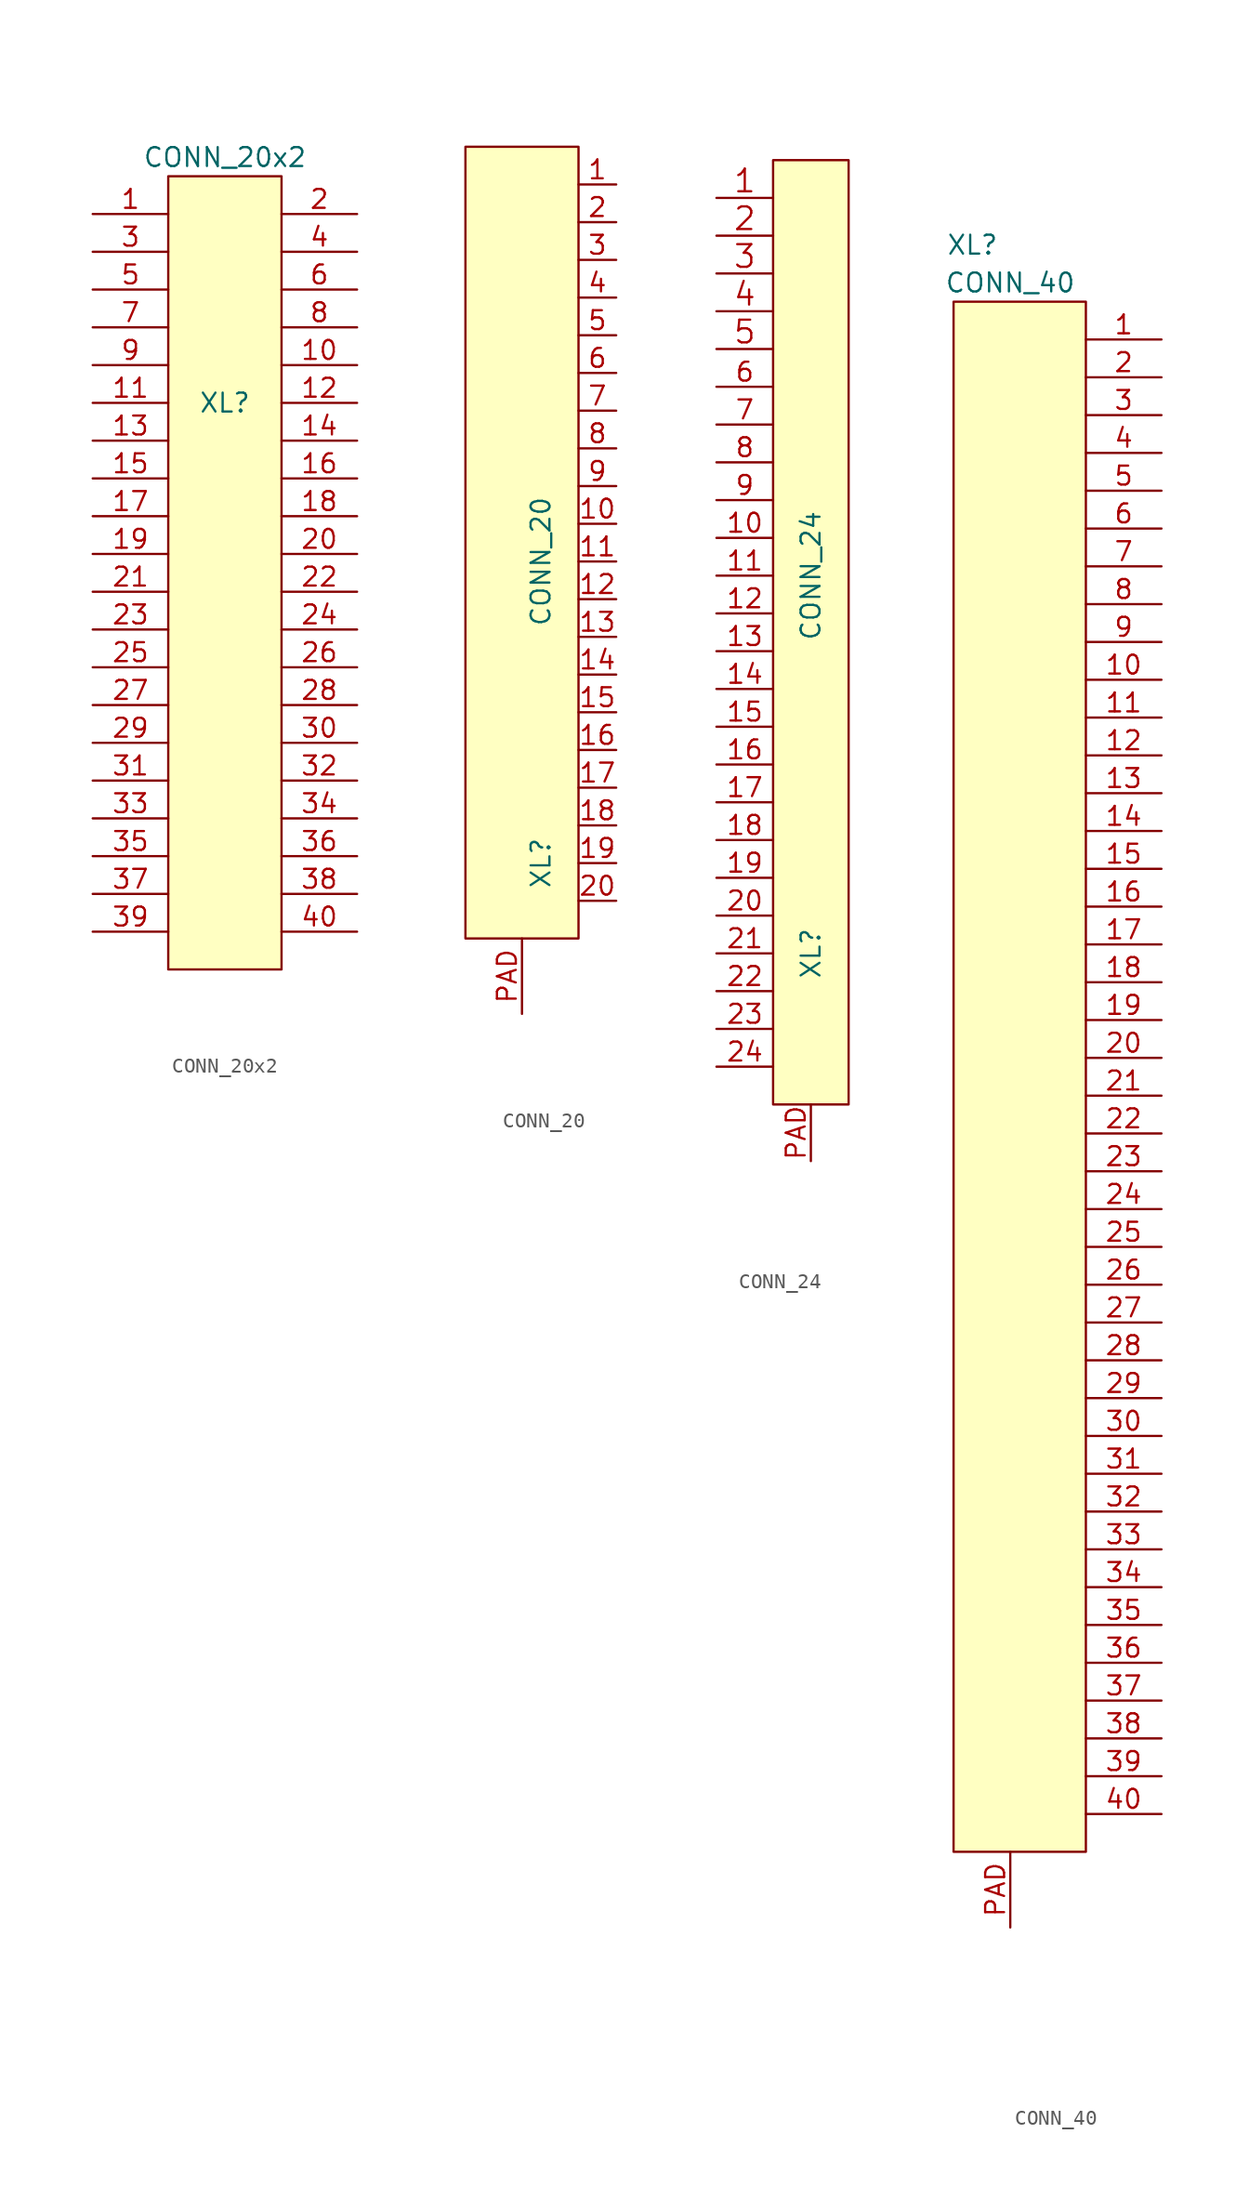
<source format=kicad_sym>
(kicad_symbol_lib
  (version 20201005)
  (generator kicad_symbol_editor)
  (symbol "Connectors_kl:CONN_20x2"
    (pin_names
      (offset 1.016))
    (property "Reference" "XL"
      (at 0 10.16 0)
      (effects (font (size 1.27 1.27))))
    (property "Value" "CONN_20x2"
      (at 0 26.67 0)
      (effects (font (size 1.27 1.27))))
    (symbol "CONN_20x2_0_0"
      (pin passive line (at 8.89 12.7 180) (length 5.08) (name "~" (effects (font (size 1.27 1.27)))) (number "10" (effects (font (size 1.27 1.27)))))
      (pin passive line (at -8.89 10.16 0) (length 5.08) (name "~" (effects (font (size 1.27 1.27)))) (number "11" (effects (font (size 1.27 1.27)))))
      (pin passive line (at 8.89 10.16 180) (length 5.08) (name "~" (effects (font (size 1.27 1.27)))) (number "12" (effects (font (size 1.27 1.27)))))
      (pin passive line (at -8.89 7.62 0) (length 5.08) (name "~" (effects (font (size 1.27 1.27)))) (number "13" (effects (font (size 1.27 1.27)))))
      (pin passive line (at 8.89 7.62 180) (length 5.08) (name "~" (effects (font (size 1.27 1.27)))) (number "14" (effects (font (size 1.27 1.27)))))
      (pin passive line (at -8.89 5.08 0) (length 5.08) (name "~" (effects (font (size 1.27 1.27)))) (number "15" (effects (font (size 1.27 1.27)))))
      (pin passive line (at 8.89 5.08 180) (length 5.08) (name "~" (effects (font (size 1.27 1.27)))) (number "16" (effects (font (size 1.27 1.27)))))
      (pin passive line (at -8.89 2.54 0) (length 5.08) (name "~" (effects (font (size 1.27 1.27)))) (number "17" (effects (font (size 1.27 1.27)))))
      (pin passive line (at 8.89 2.54 180) (length 5.08) (name "~" (effects (font (size 1.27 1.27)))) (number "18" (effects (font (size 1.27 1.27)))))
      (pin passive line (at -8.89 0 0) (length 5.08) (name "~" (effects (font (size 1.27 1.27)))) (number "19" (effects (font (size 1.27 1.27)))))
      (pin passive line (at 8.89 22.86 180) (length 5.08) (name "~" (effects (font (size 1.27 1.27)))) (number "2" (effects (font (size 1.27 1.27)))))
      (pin passive line (at 8.89 0 180) (length 5.08) (name "~" (effects (font (size 1.27 1.27)))) (number "20" (effects (font (size 1.27 1.27)))))
      (pin passive line (at -8.89 -2.54 0) (length 5.08) (name "~" (effects (font (size 1.27 1.27)))) (number "21" (effects (font (size 1.27 1.27)))))
      (pin passive line (at 8.89 -2.54 180) (length 5.08) (name "~" (effects (font (size 1.27 1.27)))) (number "22" (effects (font (size 1.27 1.27)))))
      (pin passive line (at -8.89 -5.08 0) (length 5.08) (name "~" (effects (font (size 1.27 1.27)))) (number "23" (effects (font (size 1.27 1.27)))))
      (pin passive line (at 8.89 -5.08 180) (length 5.08) (name "~" (effects (font (size 1.27 1.27)))) (number "24" (effects (font (size 1.27 1.27)))))
      (pin passive line (at -8.89 -7.62 0) (length 5.08) (name "~" (effects (font (size 1.27 1.27)))) (number "25" (effects (font (size 1.27 1.27)))))
      (pin passive line (at 8.89 -7.62 180) (length 5.08) (name "~" (effects (font (size 1.27 1.27)))) (number "26" (effects (font (size 1.27 1.27)))))
      (pin passive line (at -8.89 -10.16 0) (length 5.08) (name "~" (effects (font (size 1.27 1.27)))) (number "27" (effects (font (size 1.27 1.27)))))
      (pin passive line (at 8.89 -10.16 180) (length 5.08) (name "~" (effects (font (size 1.27 1.27)))) (number "28" (effects (font (size 1.27 1.27)))))
      (pin passive line (at -8.89 -12.7 0) (length 5.08) (name "~" (effects (font (size 1.27 1.27)))) (number "29" (effects (font (size 1.27 1.27)))))
      (pin passive line (at -8.89 20.32 0) (length 5.08) (name "~" (effects (font (size 1.27 1.27)))) (number "3" (effects (font (size 1.27 1.27)))))
      (pin passive line (at 8.89 -12.7 180) (length 5.08) (name "~" (effects (font (size 1.27 1.27)))) (number "30" (effects (font (size 1.27 1.27)))))
      (pin passive line (at -8.89 -15.24 0) (length 5.08) (name "~" (effects (font (size 1.27 1.27)))) (number "31" (effects (font (size 1.27 1.27)))))
      (pin passive line (at 8.89 -15.24 180) (length 5.08) (name "~" (effects (font (size 1.27 1.27)))) (number "32" (effects (font (size 1.27 1.27)))))
      (pin passive line (at -8.89 -17.78 0) (length 5.08) (name "~" (effects (font (size 1.27 1.27)))) (number "33" (effects (font (size 1.27 1.27)))))
      (pin passive line (at 8.89 -17.78 180) (length 5.08) (name "~" (effects (font (size 1.27 1.27)))) (number "34" (effects (font (size 1.27 1.27)))))
      (pin passive line (at -8.89 -20.32 0) (length 5.08) (name "~" (effects (font (size 1.27 1.27)))) (number "35" (effects (font (size 1.27 1.27)))))
      (pin passive line (at 8.89 -20.32 180) (length 5.08) (name "~" (effects (font (size 1.27 1.27)))) (number "36" (effects (font (size 1.27 1.27)))))
      (pin passive line (at -8.89 -22.86 0) (length 5.08) (name "~" (effects (font (size 1.27 1.27)))) (number "37" (effects (font (size 1.27 1.27)))))
      (pin passive line (at 8.89 -22.86 180) (length 5.08) (name "~" (effects (font (size 1.27 1.27)))) (number "38" (effects (font (size 1.27 1.27)))))
      (pin passive line (at -8.89 -25.4 0) (length 5.08) (name "~" (effects (font (size 1.27 1.27)))) (number "39" (effects (font (size 1.27 1.27)))))
      (pin passive line (at 8.89 20.32 180) (length 5.08) (name "~" (effects (font (size 1.27 1.27)))) (number "4" (effects (font (size 1.27 1.27)))))
      (pin passive line (at 8.89 -25.4 180) (length 5.08) (name "~" (effects (font (size 1.27 1.27)))) (number "40" (effects (font (size 1.27 1.27)))))
      (pin passive line (at -8.89 17.78 0) (length 5.08) (name "~" (effects (font (size 1.27 1.27)))) (number "5" (effects (font (size 1.27 1.27)))))
      (pin passive line (at 8.89 17.78 180) (length 5.08) (name "~" (effects (font (size 1.27 1.27)))) (number "6" (effects (font (size 1.27 1.27)))))
      (pin passive line (at -8.89 15.24 0) (length 5.08) (name "~" (effects (font (size 1.27 1.27)))) (number "7" (effects (font (size 1.27 1.27)))))
      (pin passive line (at 8.89 15.24 180) (length 5.08) (name "~" (effects (font (size 1.27 1.27)))) (number "8" (effects (font (size 1.27 1.27)))))
      (pin passive line (at -8.89 12.7 0) (length 5.08) (name "~" (effects (font (size 1.27 1.27)))) (number "9" (effects (font (size 1.27 1.27))))))
    (symbol "CONN_20x2_0_1"
      (rectangle (start -3.81 25.4) (end 3.81 -27.94) (stroke (width 0)) (fill (type background))))
    (symbol "CONN_20x2_1_1"
      (pin passive line (at -8.89 22.86 0) (length 5.08) (name "~" (effects (font (size 1.27 1.27)))) (number "1" (effects (font (size 1.27 1.27)))))))
  (symbol "Connectors_kl:CONN_20"
    (pin_names
      (offset 1.016))
    (property "Reference" "XL"
      (at -1.27 -20.32 90)
      (effects (font (size 1.27 1.27))))
    (property "Value" "CONN_20"
      (at -1.27 0 90)
      (effects (font (size 1.27 1.27))))
    (property "Footprint" ""
      (at 0 0 0)
      (effects (font (size 1.524 1.524))))
    (property "Datasheet" ""
      (at 0 0 0)
      (effects (font (size 1.524 1.524))))
    (symbol "CONN_20_0_1"
      (rectangle (start 1.27 -25.4) (end -6.35 27.94) (stroke (width 0)) (fill (type background))))
    (symbol "CONN_20_1_1"
      (pin passive line (at 3.81 25.4 180) (length 2.54) (name "~" (effects (font (size 1.27 1.27)))) (number "1" (effects (font (size 1.27 1.27)))))
      (pin passive line (at 3.81 2.54 180) (length 2.54) (name "~" (effects (font (size 1.27 1.27)))) (number "10" (effects (font (size 1.27 1.27)))))
      (pin passive line (at 3.81 0 180) (length 2.54) (name "~" (effects (font (size 1.27 1.27)))) (number "11" (effects (font (size 1.27 1.27)))))
      (pin passive line (at 3.81 -2.54 180) (length 2.54) (name "~" (effects (font (size 1.27 1.27)))) (number "12" (effects (font (size 1.27 1.27)))))
      (pin passive line (at 3.81 -5.08 180) (length 2.54) (name "~" (effects (font (size 1.27 1.27)))) (number "13" (effects (font (size 1.27 1.27)))))
      (pin passive line (at 3.81 -7.62 180) (length 2.54) (name "~" (effects (font (size 1.27 1.27)))) (number "14" (effects (font (size 1.27 1.27)))))
      (pin passive line (at 3.81 -10.16 180) (length 2.54) (name "~" (effects (font (size 1.27 1.27)))) (number "15" (effects (font (size 1.27 1.27)))))
      (pin passive line (at 3.81 -12.7 180) (length 2.54) (name "~" (effects (font (size 1.27 1.27)))) (number "16" (effects (font (size 1.27 1.27)))))
      (pin passive line (at 3.81 -15.24 180) (length 2.54) (name "~" (effects (font (size 1.27 1.27)))) (number "17" (effects (font (size 1.27 1.27)))))
      (pin passive line (at 3.81 -17.78 180) (length 2.54) (name "~" (effects (font (size 1.27 1.27)))) (number "18" (effects (font (size 1.27 1.27)))))
      (pin passive line (at 3.81 -20.32 180) (length 2.54) (name "~" (effects (font (size 1.27 1.27)))) (number "19" (effects (font (size 1.27 1.27)))))
      (pin passive line (at 3.81 22.86 180) (length 2.54) (name "~" (effects (font (size 1.27 1.27)))) (number "2" (effects (font (size 1.27 1.27)))))
      (pin passive line (at 3.81 -22.86 180) (length 2.54) (name "~" (effects (font (size 1.27 1.27)))) (number "20" (effects (font (size 1.27 1.27)))))
      (pin passive line (at 3.81 20.32 180) (length 2.54) (name "~" (effects (font (size 1.27 1.27)))) (number "3" (effects (font (size 1.27 1.27)))))
      (pin passive line (at 3.81 17.78 180) (length 2.54) (name "~" (effects (font (size 1.27 1.27)))) (number "4" (effects (font (size 1.27 1.27)))))
      (pin passive line (at 3.81 15.24 180) (length 2.54) (name "~" (effects (font (size 1.27 1.27)))) (number "5" (effects (font (size 1.27 1.27)))))
      (pin passive line (at 3.81 12.7 180) (length 2.54) (name "~" (effects (font (size 1.27 1.27)))) (number "6" (effects (font (size 1.27 1.27)))))
      (pin passive line (at 3.81 10.16 180) (length 2.54) (name "~" (effects (font (size 1.27 1.27)))) (number "7" (effects (font (size 1.27 1.27)))))
      (pin passive line (at 3.81 7.62 180) (length 2.54) (name "~" (effects (font (size 1.27 1.27)))) (number "8" (effects (font (size 1.27 1.27)))))
      (pin passive line (at 3.81 5.08 180) (length 2.54) (name "~" (effects (font (size 1.27 1.27)))) (number "9" (effects (font (size 1.27 1.27)))))
      (pin passive line (at -2.54 -30.48 90) (length 5.08) (name "~" (effects (font (size 1.27 1.27)))) (number "PAD" (effects (font (size 1.27 1.27)))))))
  (symbol "Connectors_kl:CONN_24"
    (pin_names
      (offset 1.016))
    (property "Reference" "XL"
      (at 1.27 -20.32 90)
      (effects (font (size 1.27 1.27))))
    (property "Value" "CONN_24"
      (at 1.27 5.08 90)
      (effects (font (size 1.27 1.27))))
    (property "Footprint" ""
      (at 0 0 0)
      (effects (font (size 1.524 1.524))))
    (property "Datasheet" ""
      (at 0 0 0)
      (effects (font (size 1.524 1.524))))
    (symbol "CONN_24_0_1"
      (rectangle (start -1.27 33.02) (end 3.81 -30.48) (stroke (width 0)) (fill (type background))))
    (symbol "CONN_24_1_1"
      (pin passive line (at -5.08 30.48 0) (length 3.81) (name "~" (effects (font (size 1.524 1.524)))) (number "1" (effects (font (size 1.524 1.524)))))
      (pin passive line (at -5.08 7.62 0) (length 3.81) (name "~" (effects (font (size 1.27 1.27)))) (number "10" (effects (font (size 1.27 1.27)))))
      (pin passive line (at -5.08 5.08 0) (length 3.81) (name "~" (effects (font (size 1.27 1.27)))) (number "11" (effects (font (size 1.27 1.27)))))
      (pin passive line (at -5.08 2.54 0) (length 3.81) (name "~" (effects (font (size 1.27 1.27)))) (number "12" (effects (font (size 1.27 1.27)))))
      (pin passive line (at -5.08 0 0) (length 3.81) (name "~" (effects (font (size 1.27 1.27)))) (number "13" (effects (font (size 1.27 1.27)))))
      (pin passive line (at -5.08 -2.54 0) (length 3.81) (name "~" (effects (font (size 1.27 1.27)))) (number "14" (effects (font (size 1.27 1.27)))))
      (pin passive line (at -5.08 -5.08 0) (length 3.81) (name "~" (effects (font (size 1.27 1.27)))) (number "15" (effects (font (size 1.27 1.27)))))
      (pin passive line (at -5.08 -7.62 0) (length 3.81) (name "~" (effects (font (size 1.27 1.27)))) (number "16" (effects (font (size 1.27 1.27)))))
      (pin passive line (at -5.08 -10.16 0) (length 3.81) (name "~" (effects (font (size 1.27 1.27)))) (number "17" (effects (font (size 1.27 1.27)))))
      (pin passive line (at -5.08 -12.7 0) (length 3.81) (name "~" (effects (font (size 1.27 1.27)))) (number "18" (effects (font (size 1.27 1.27)))))
      (pin passive line (at -5.08 -15.24 0) (length 3.81) (name "~" (effects (font (size 1.27 1.27)))) (number "19" (effects (font (size 1.27 1.27)))))
      (pin passive line (at -5.08 27.94 0) (length 3.81) (name "~" (effects (font (size 1.524 1.524)))) (number "2" (effects (font (size 1.524 1.524)))))
      (pin passive line (at -5.08 -17.78 0) (length 3.81) (name "~" (effects (font (size 1.27 1.27)))) (number "20" (effects (font (size 1.27 1.27)))))
      (pin passive line (at -5.08 -20.32 0) (length 3.81) (name "~" (effects (font (size 1.27 1.27)))) (number "21" (effects (font (size 1.27 1.27)))))
      (pin passive line (at -5.08 -22.86 0) (length 3.81) (name "~" (effects (font (size 1.27 1.27)))) (number "22" (effects (font (size 1.27 1.27)))))
      (pin passive line (at -5.08 -25.4 0) (length 3.81) (name "~" (effects (font (size 1.27 1.27)))) (number "23" (effects (font (size 1.27 1.27)))))
      (pin passive line (at -5.08 -27.94 0) (length 3.81) (name "~" (effects (font (size 1.27 1.27)))) (number "24" (effects (font (size 1.27 1.27)))))
      (pin passive line (at -5.08 25.4 0) (length 3.81) (name "~" (effects (font (size 1.524 1.524)))) (number "3" (effects (font (size 1.524 1.524)))))
      (pin passive line (at -5.08 22.86 0) (length 3.81) (name "~" (effects (font (size 1.524 1.524)))) (number "4" (effects (font (size 1.524 1.524)))))
      (pin passive line (at -5.08 20.32 0) (length 3.81) (name "~" (effects (font (size 1.524 1.524)))) (number "5" (effects (font (size 1.524 1.524)))))
      (pin passive line (at -5.08 17.78 0) (length 3.81) (name "~" (effects (font (size 1.27 1.27)))) (number "6" (effects (font (size 1.27 1.27)))))
      (pin passive line (at -5.08 15.24 0) (length 3.81) (name "~" (effects (font (size 1.27 1.27)))) (number "7" (effects (font (size 1.27 1.27)))))
      (pin passive line (at -5.08 12.7 0) (length 3.81) (name "~" (effects (font (size 1.27 1.27)))) (number "8" (effects (font (size 1.27 1.27)))))
      (pin passive line (at -5.08 10.16 0) (length 3.81) (name "~" (effects (font (size 1.27 1.27)))) (number "9" (effects (font (size 1.27 1.27)))))
      (pin passive line (at 1.27 -34.29 90) (length 3.81) (name "~" (effects (font (size 1.27 1.27)))) (number "PAD" (effects (font (size 1.27 1.27)))))))
  (symbol "Connectors_kl:CONN_40"
    (pin_names
      (offset 1.016))
    (property "Reference" "XL"
      (at -6.35 59.69 0)
      (effects (font (size 1.27 1.27))))
    (property "Value" "CONN_40"
      (at -3.81 57.15 0)
      (effects (font (size 1.27 1.27))))
    (property "Footprint" ""
      (at 2.54 27.94 0)
      (effects (font (size 1.524 1.524))))
    (property "Datasheet" ""
      (at 2.54 27.94 0)
      (effects (font (size 1.524 1.524))))
    (symbol "CONN_40_0_1"
      (rectangle (start 1.27 -48.26) (end -7.62 55.88) (stroke (width 0)) (fill (type background))))
    (symbol "CONN_40_1_1"
      (pin passive line (at 6.35 53.34 180) (length 5.08) (name "~" (effects (font (size 1.27 1.27)))) (number "1" (effects (font (size 1.27 1.27)))))
      (pin passive line (at 6.35 30.48 180) (length 5.08) (name "~" (effects (font (size 1.27 1.27)))) (number "10" (effects (font (size 1.27 1.27)))))
      (pin passive line (at 6.35 27.94 180) (length 5.08) (name "~" (effects (font (size 1.27 1.27)))) (number "11" (effects (font (size 1.27 1.27)))))
      (pin passive line (at 6.35 25.4 180) (length 5.08) (name "~" (effects (font (size 1.27 1.27)))) (number "12" (effects (font (size 1.27 1.27)))))
      (pin passive line (at 6.35 22.86 180) (length 5.08) (name "~" (effects (font (size 1.27 1.27)))) (number "13" (effects (font (size 1.27 1.27)))))
      (pin passive line (at 6.35 20.32 180) (length 5.08) (name "~" (effects (font (size 1.27 1.27)))) (number "14" (effects (font (size 1.27 1.27)))))
      (pin passive line (at 6.35 17.78 180) (length 5.08) (name "~" (effects (font (size 1.27 1.27)))) (number "15" (effects (font (size 1.27 1.27)))))
      (pin passive line (at 6.35 15.24 180) (length 5.08) (name "~" (effects (font (size 1.27 1.27)))) (number "16" (effects (font (size 1.27 1.27)))))
      (pin passive line (at 6.35 12.7 180) (length 5.08) (name "~" (effects (font (size 1.27 1.27)))) (number "17" (effects (font (size 1.27 1.27)))))
      (pin passive line (at 6.35 10.16 180) (length 5.08) (name "~" (effects (font (size 1.27 1.27)))) (number "18" (effects (font (size 1.27 1.27)))))
      (pin passive line (at 6.35 7.62 180) (length 5.08) (name "~" (effects (font (size 1.27 1.27)))) (number "19" (effects (font (size 1.27 1.27)))))
      (pin passive line (at 6.35 50.8 180) (length 5.08) (name "~" (effects (font (size 1.27 1.27)))) (number "2" (effects (font (size 1.27 1.27)))))
      (pin passive line (at 6.35 5.08 180) (length 5.08) (name "~" (effects (font (size 1.27 1.27)))) (number "20" (effects (font (size 1.27 1.27)))))
      (pin passive line (at 6.35 2.54 180) (length 5.08) (name "~" (effects (font (size 1.27 1.27)))) (number "21" (effects (font (size 1.27 1.27)))))
      (pin passive line (at 6.35 0 180) (length 5.08) (name "~" (effects (font (size 1.27 1.27)))) (number "22" (effects (font (size 1.27 1.27)))))
      (pin passive line (at 6.35 -2.54 180) (length 5.08) (name "~" (effects (font (size 1.27 1.27)))) (number "23" (effects (font (size 1.27 1.27)))))
      (pin passive line (at 6.35 -5.08 180) (length 5.08) (name "~" (effects (font (size 1.27 1.27)))) (number "24" (effects (font (size 1.27 1.27)))))
      (pin passive line (at 6.35 -7.62 180) (length 5.08) (name "~" (effects (font (size 1.27 1.27)))) (number "25" (effects (font (size 1.27 1.27)))))
      (pin passive line (at 6.35 -10.16 180) (length 5.08) (name "~" (effects (font (size 1.27 1.27)))) (number "26" (effects (font (size 1.27 1.27)))))
      (pin passive line (at 6.35 -12.7 180) (length 5.08) (name "~" (effects (font (size 1.27 1.27)))) (number "27" (effects (font (size 1.27 1.27)))))
      (pin passive line (at 6.35 -15.24 180) (length 5.08) (name "~" (effects (font (size 1.27 1.27)))) (number "28" (effects (font (size 1.27 1.27)))))
      (pin passive line (at 6.35 -17.78 180) (length 5.08) (name "~" (effects (font (size 1.27 1.27)))) (number "29" (effects (font (size 1.27 1.27)))))
      (pin passive line (at 6.35 48.26 180) (length 5.08) (name "~" (effects (font (size 1.27 1.27)))) (number "3" (effects (font (size 1.27 1.27)))))
      (pin passive line (at 6.35 -20.32 180) (length 5.08) (name "~" (effects (font (size 1.27 1.27)))) (number "30" (effects (font (size 1.27 1.27)))))
      (pin passive line (at 6.35 -22.86 180) (length 5.08) (name "~" (effects (font (size 1.27 1.27)))) (number "31" (effects (font (size 1.27 1.27)))))
      (pin passive line (at 6.35 -25.4 180) (length 5.08) (name "~" (effects (font (size 1.27 1.27)))) (number "32" (effects (font (size 1.27 1.27)))))
      (pin passive line (at 6.35 -27.94 180) (length 5.08) (name "~" (effects (font (size 1.27 1.27)))) (number "33" (effects (font (size 1.27 1.27)))))
      (pin passive line (at 6.35 -30.48 180) (length 5.08) (name "~" (effects (font (size 1.27 1.27)))) (number "34" (effects (font (size 1.27 1.27)))))
      (pin passive line (at 6.35 -33.02 180) (length 5.08) (name "~" (effects (font (size 1.27 1.27)))) (number "35" (effects (font (size 1.27 1.27)))))
      (pin passive line (at 6.35 -35.56 180) (length 5.08) (name "~" (effects (font (size 1.27 1.27)))) (number "36" (effects (font (size 1.27 1.27)))))
      (pin passive line (at 6.35 -38.1 180) (length 5.08) (name "~" (effects (font (size 1.27 1.27)))) (number "37" (effects (font (size 1.27 1.27)))))
      (pin passive line (at 6.35 -40.64 180) (length 5.08) (name "~" (effects (font (size 1.27 1.27)))) (number "38" (effects (font (size 1.27 1.27)))))
      (pin passive line (at 6.35 -43.18 180) (length 5.08) (name "~" (effects (font (size 1.27 1.27)))) (number "39" (effects (font (size 1.27 1.27)))))
      (pin passive line (at 6.35 45.72 180) (length 5.08) (name "~" (effects (font (size 1.27 1.27)))) (number "4" (effects (font (size 1.27 1.27)))))
      (pin passive line (at 6.35 -45.72 180) (length 5.08) (name "~" (effects (font (size 1.27 1.27)))) (number "40" (effects (font (size 1.27 1.27)))))
      (pin passive line (at 6.35 43.18 180) (length 5.08) (name "~" (effects (font (size 1.27 1.27)))) (number "5" (effects (font (size 1.27 1.27)))))
      (pin passive line (at 6.35 40.64 180) (length 5.08) (name "~" (effects (font (size 1.27 1.27)))) (number "6" (effects (font (size 1.27 1.27)))))
      (pin passive line (at 6.35 38.1 180) (length 5.08) (name "~" (effects (font (size 1.27 1.27)))) (number "7" (effects (font (size 1.27 1.27)))))
      (pin passive line (at 6.35 35.56 180) (length 5.08) (name "~" (effects (font (size 1.27 1.27)))) (number "8" (effects (font (size 1.27 1.27)))))
      (pin passive line (at 6.35 33.02 180) (length 5.08) (name "~" (effects (font (size 1.27 1.27)))) (number "9" (effects (font (size 1.27 1.27)))))
      (pin passive line (at -3.81 -53.34 90) (length 5.08) (name "~" (effects (font (size 1.27 1.27)))) (number "PAD" (effects (font (size 1.27 1.27))))))))
</source>
